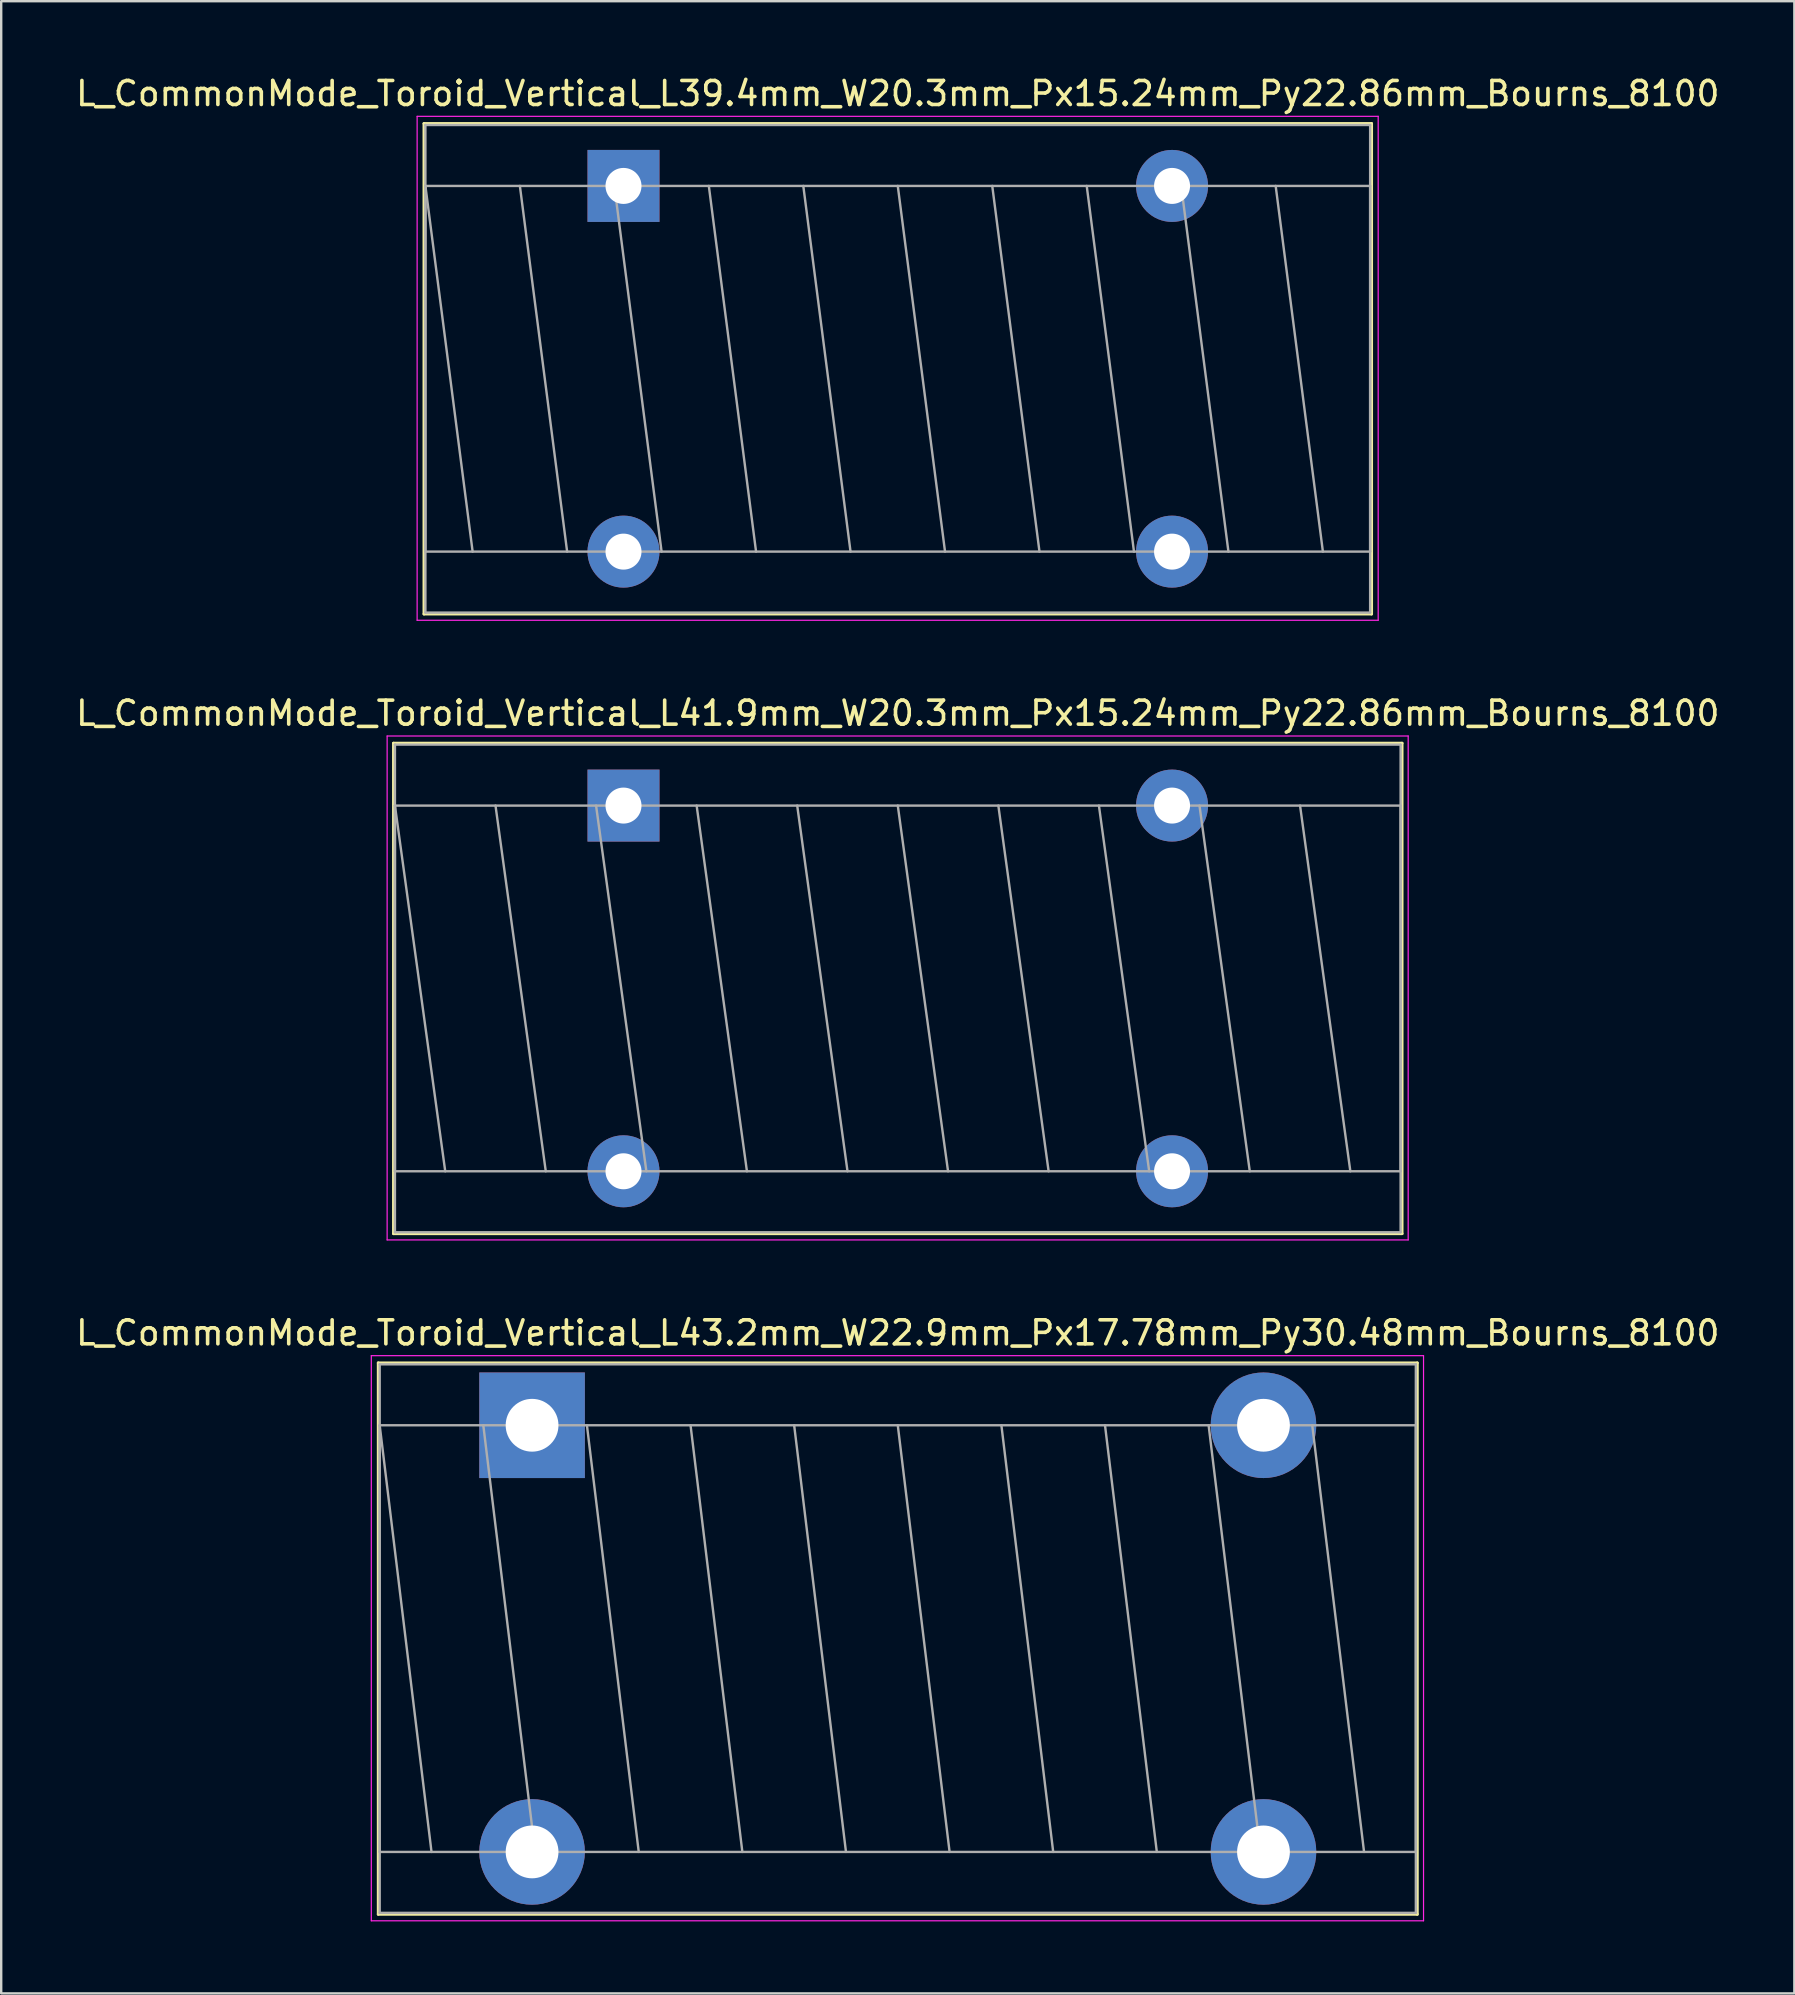
<source format=kicad_pcb>
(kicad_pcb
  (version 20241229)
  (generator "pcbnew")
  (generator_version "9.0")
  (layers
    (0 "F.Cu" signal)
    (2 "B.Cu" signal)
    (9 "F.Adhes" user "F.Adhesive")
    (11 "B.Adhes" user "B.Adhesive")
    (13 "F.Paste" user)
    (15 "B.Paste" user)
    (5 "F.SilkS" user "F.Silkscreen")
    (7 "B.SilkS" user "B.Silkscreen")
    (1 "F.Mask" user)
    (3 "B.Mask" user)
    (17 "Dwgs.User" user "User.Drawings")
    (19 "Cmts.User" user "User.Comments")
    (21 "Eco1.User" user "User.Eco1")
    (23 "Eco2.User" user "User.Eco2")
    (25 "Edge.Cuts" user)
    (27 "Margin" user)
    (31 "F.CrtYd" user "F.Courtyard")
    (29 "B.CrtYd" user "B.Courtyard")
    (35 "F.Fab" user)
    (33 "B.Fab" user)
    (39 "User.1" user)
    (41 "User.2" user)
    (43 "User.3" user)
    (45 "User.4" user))
  (footprint "L_CommonMode_Toroid_Vertical_L41.9mm_W20.3mm_Px15.24mm_Py22.86mm_Bourns_8100"
    (layer "F.Cu")
    (at 22.933 30.521)
    (property "Reference" "L_CommonMode_Toroid_Vertical_L41.9mm_W20.3mm_Px15.24mm_Py22.86mm_Bourns_8100" (at 11.43 -3.85 0) (layer "F.SilkS") (effects (font (size 1 1) (thickness 0.15))))
    (attr through_hole)
    (fp_line (start -9.585 -2.6) (end -9.585 17.84) (stroke (width 0.12) (type solid)) (layer "F.SilkS"))
    (fp_line (start -9.585 -2.6) (end 32.445 -2.6) (stroke (width 0.12) (type solid)) (layer "F.SilkS"))
    (fp_line (start -9.585 17.84) (end 32.445 17.84) (stroke (width 0.12) (type solid)) (layer "F.SilkS"))
    (fp_line (start 32.445 -2.6) (end 32.445 17.84) (stroke (width 0.12) (type solid)) (layer "F.SilkS"))
    (fp_line (start -9.85 -2.9) (end -9.85 18.1) (stroke (width 0.05) (type solid)) (layer "F.CrtYd"))
    (fp_line (start -9.85 18.1) (end 32.7 18.1) (stroke (width 0.05) (type solid)) (layer "F.CrtYd"))
    (fp_line (start 32.7 -2.9) (end -9.85 -2.9) (stroke (width 0.05) (type solid)) (layer "F.CrtYd"))
    (fp_line (start 32.7 18.1) (end 32.7 -2.9) (stroke (width 0.05) (type solid)) (layer "F.CrtYd"))
    (fp_line (start -9.525 -2.54) (end -9.525 17.78) (stroke (width 0.1) (type solid)) (layer "F.Fab"))
    (fp_line (start -9.525 0) (end -9.525 15.24) (stroke (width 0.1) (type solid)) (layer "F.Fab"))
    (fp_line (start -9.525 0) (end -7.429 15.24) (stroke (width 0.1) (type solid)) (layer "F.Fab"))
    (fp_line (start -9.525 15.24) (end 32.385 15.24) (stroke (width 0.1) (type solid)) (layer "F.Fab"))
    (fp_line (start -9.525 17.78) (end 32.385 17.78) (stroke (width 0.1) (type solid)) (layer "F.Fab"))
    (fp_line (start -5.334 0) (end -3.239 15.24) (stroke (width 0.1) (type solid)) (layer "F.Fab"))
    (fp_line (start -1.143 0) (end 0.953 15.24) (stroke (width 0.1) (type solid)) (layer "F.Fab"))
    (fp_line (start 3.048 0) (end 5.144 15.24) (stroke (width 0.1) (type solid)) (layer "F.Fab"))
    (fp_line (start 7.239 0) (end 9.335 15.24) (stroke (width 0.1) (type solid)) (layer "F.Fab"))
    (fp_line (start 11.43 0) (end 13.525 15.24) (stroke (width 0.1) (type solid)) (layer "F.Fab"))
    (fp_line (start 15.621 0) (end 17.716 15.24) (stroke (width 0.1) (type solid)) (layer "F.Fab"))
    (fp_line (start 19.812 0) (end 21.907 15.24) (stroke (width 0.1) (type solid)) (layer "F.Fab"))
    (fp_line (start 24.003 0) (end 26.099 15.24) (stroke (width 0.1) (type solid)) (layer "F.Fab"))
    (fp_line (start 28.194 0) (end 30.29 15.24) (stroke (width 0.1) (type solid)) (layer "F.Fab"))
    (fp_line (start 32.385 -2.54) (end -9.525 -2.54) (stroke (width 0.1) (type solid)) (layer "F.Fab"))
    (fp_line (start 32.385 0) (end -9.525 0) (stroke (width 0.1) (type solid)) (layer "F.Fab"))
    (fp_line (start 32.385 15.24) (end 32.385 0) (stroke (width 0.1) (type solid)) (layer "F.Fab"))
    (fp_line (start 32.385 17.78) (end 32.385 -2.54) (stroke (width 0.1) (type solid)) (layer "F.Fab"))
    (pad "1" thru_hole rect (at 0 0) (size 3 3) (drill 1.5) (layers "*.Cu" "*.Mask"))
    (pad "2" thru_hole circle (at 0 15.24) (size 3 3) (drill 1.5) (layers "*.Cu" "*.Mask"))
    (pad "3" thru_hole circle (at 22.86 15.24) (size 3 3) (drill 1.5) (layers "*.Cu" "*.Mask"))
    (pad "4" thru_hole circle (at 22.86 0) (size 3 3) (drill 1.5) (layers "*.Cu" "*.Mask")))
  (footprint "L_CommonMode_Toroid_Vertical_L43.2mm_W22.9mm_Px17.78mm_Py30.48mm_Bourns_8100"
    (layer "F.Cu")
    (at 19.123 56.345)
    (property "Reference" "L_CommonMode_Toroid_Vertical_L43.2mm_W22.9mm_Px17.78mm_Py30.48mm_Bourns_8100" (at 15.24 -3.85 0) (layer "F.SilkS") (effects (font (size 1 1) (thickness 0.15))))
    (attr through_hole)
    (fp_line (start -6.41 -2.6) (end -6.41 20.38) (stroke (width 0.12) (type solid)) (layer "F.SilkS"))
    (fp_line (start -6.41 -2.6) (end 36.89 -2.6) (stroke (width 0.12) (type solid)) (layer "F.SilkS"))
    (fp_line (start -6.41 20.38) (end 36.89 20.38) (stroke (width 0.12) (type solid)) (layer "F.SilkS"))
    (fp_line (start 36.89 -2.6) (end 36.89 20.38) (stroke (width 0.12) (type solid)) (layer "F.SilkS"))
    (fp_line (start -6.7 -2.9) (end -6.7 20.65) (stroke (width 0.05) (type solid)) (layer "F.CrtYd"))
    (fp_line (start -6.7 20.65) (end 37.15 20.65) (stroke (width 0.05) (type solid)) (layer "F.CrtYd"))
    (fp_line (start 37.15 -2.9) (end -6.7 -2.9) (stroke (width 0.05) (type solid)) (layer "F.CrtYd"))
    (fp_line (start 37.15 20.65) (end 37.15 -2.9) (stroke (width 0.05) (type solid)) (layer "F.CrtYd"))
    (fp_line (start -6.35 -2.54) (end -6.35 20.32) (stroke (width 0.1) (type solid)) (layer "F.Fab"))
    (fp_line (start -6.35 0) (end -6.35 17.78) (stroke (width 0.1) (type solid)) (layer "F.Fab"))
    (fp_line (start -6.35 0) (end -4.191 17.78) (stroke (width 0.1) (type solid)) (layer "F.Fab"))
    (fp_line (start -6.35 17.78) (end 36.83 17.78) (stroke (width 0.1) (type solid)) (layer "F.Fab"))
    (fp_line (start -6.35 20.32) (end 36.83 20.32) (stroke (width 0.1) (type solid)) (layer "F.Fab"))
    (fp_line (start -2.032 0) (end 0.127 17.78) (stroke (width 0.1) (type solid)) (layer "F.Fab"))
    (fp_line (start 2.286 0) (end 4.445 17.78) (stroke (width 0.1) (type solid)) (layer "F.Fab"))
    (fp_line (start 6.604 0) (end 8.763 17.78) (stroke (width 0.1) (type solid)) (layer "F.Fab"))
    (fp_line (start 10.922 0) (end 13.081 17.78) (stroke (width 0.1) (type solid)) (layer "F.Fab"))
    (fp_line (start 15.24 0) (end 17.399 17.78) (stroke (width 0.1) (type solid)) (layer "F.Fab"))
    (fp_line (start 19.558 0) (end 21.717 17.78) (stroke (width 0.1) (type solid)) (layer "F.Fab"))
    (fp_line (start 23.876 0) (end 26.035 17.78) (stroke (width 0.1) (type solid)) (layer "F.Fab"))
    (fp_line (start 28.194 0) (end 30.353 17.78) (stroke (width 0.1) (type solid)) (layer "F.Fab"))
    (fp_line (start 32.512 0) (end 34.671 17.78) (stroke (width 0.1) (type solid)) (layer "F.Fab"))
    (fp_line (start 36.83 -2.54) (end -6.35 -2.54) (stroke (width 0.1) (type solid)) (layer "F.Fab"))
    (fp_line (start 36.83 0) (end -6.35 0) (stroke (width 0.1) (type solid)) (layer "F.Fab"))
    (fp_line (start 36.83 17.78) (end 36.83 0) (stroke (width 0.1) (type solid)) (layer "F.Fab"))
    (fp_line (start 36.83 20.32) (end 36.83 -2.54) (stroke (width 0.1) (type solid)) (layer "F.Fab"))
    (pad "1" thru_hole rect (at 0 0) (size 4.4 4.4) (drill 2.2) (layers "*.Cu" "*.Mask"))
    (pad "2" thru_hole circle (at 0 17.78) (size 4.4 4.4) (drill 2.2) (layers "*.Cu" "*.Mask"))
    (pad "3" thru_hole circle (at 30.48 17.78) (size 4.4 4.4) (drill 2.2) (layers "*.Cu" "*.Mask"))
    (pad "4" thru_hole circle (at 30.48 0) (size 4.4 4.4) (drill 2.2) (layers "*.Cu" "*.Mask")))
  (footprint "L_CommonMode_Toroid_Vertical_L39.4mm_W20.3mm_Px15.24mm_Py22.86mm_Bourns_8100"
    (layer "F.Cu")
    (at 22.933 4.698)
    (property "Reference" "L_CommonMode_Toroid_Vertical_L39.4mm_W20.3mm_Px15.24mm_Py22.86mm_Bourns_8100" (at 11.43 -3.85 0) (layer "F.SilkS") (effects (font (size 1 1) (thickness 0.15))))
    (attr through_hole)
    (fp_line (start -8.315 -2.6) (end -8.315 17.84) (stroke (width 0.12) (type solid)) (layer "F.SilkS"))
    (fp_line (start -8.315 -2.6) (end 31.175 -2.6) (stroke (width 0.12) (type solid)) (layer "F.SilkS"))
    (fp_line (start -8.315 17.84) (end 31.175 17.84) (stroke (width 0.12) (type solid)) (layer "F.SilkS"))
    (fp_line (start 31.175 -2.6) (end 31.175 17.84) (stroke (width 0.12) (type solid)) (layer "F.SilkS"))
    (fp_line (start -8.6 -2.9) (end -8.6 18.1) (stroke (width 0.05) (type solid)) (layer "F.CrtYd"))
    (fp_line (start -8.6 18.1) (end 31.45 18.1) (stroke (width 0.05) (type solid)) (layer "F.CrtYd"))
    (fp_line (start 31.45 -2.9) (end -8.6 -2.9) (stroke (width 0.05) (type solid)) (layer "F.CrtYd"))
    (fp_line (start 31.45 18.1) (end 31.45 -2.9) (stroke (width 0.05) (type solid)) (layer "F.CrtYd"))
    (fp_line (start -8.255 -2.54) (end -8.255 17.78) (stroke (width 0.1) (type solid)) (layer "F.Fab"))
    (fp_line (start -8.255 0) (end -8.255 15.24) (stroke (width 0.1) (type solid)) (layer "F.Fab"))
    (fp_line (start -8.255 0) (end -6.287 15.24) (stroke (width 0.1) (type solid)) (layer "F.Fab"))
    (fp_line (start -8.255 15.24) (end 31.115 15.24) (stroke (width 0.1) (type solid)) (layer "F.Fab"))
    (fp_line (start -8.255 17.78) (end 31.115 17.78) (stroke (width 0.1) (type solid)) (layer "F.Fab"))
    (fp_line (start -4.318 0) (end -2.349 15.24) (stroke (width 0.1) (type solid)) (layer "F.Fab"))
    (fp_line (start -0.381 0) (end 1.587 15.24) (stroke (width 0.1) (type solid)) (layer "F.Fab"))
    (fp_line (start 3.556 0) (end 5.524 15.24) (stroke (width 0.1) (type solid)) (layer "F.Fab"))
    (fp_line (start 7.493 0) (end 9.461 15.24) (stroke (width 0.1) (type solid)) (layer "F.Fab"))
    (fp_line (start 11.43 0) (end 13.399 15.24) (stroke (width 0.1) (type solid)) (layer "F.Fab"))
    (fp_line (start 15.367 0) (end 17.335 15.24) (stroke (width 0.1) (type solid)) (layer "F.Fab"))
    (fp_line (start 19.304 0) (end 21.273 15.24) (stroke (width 0.1) (type solid)) (layer "F.Fab"))
    (fp_line (start 23.241 0) (end 25.209 15.24) (stroke (width 0.1) (type solid)) (layer "F.Fab"))
    (fp_line (start 27.178 0) (end 29.146 15.24) (stroke (width 0.1) (type solid)) (layer "F.Fab"))
    (fp_line (start 31.115 -2.54) (end -8.255 -2.54) (stroke (width 0.1) (type solid)) (layer "F.Fab"))
    (fp_line (start 31.115 0) (end -8.255 0) (stroke (width 0.1) (type solid)) (layer "F.Fab"))
    (fp_line (start 31.115 15.24) (end 31.115 0) (stroke (width 0.1) (type solid)) (layer "F.Fab"))
    (fp_line (start 31.115 17.78) (end 31.115 -2.54) (stroke (width 0.1) (type solid)) (layer "F.Fab"))
    (pad "1" thru_hole rect (at 0 0) (size 3 3) (drill 1.5) (layers "*.Cu" "*.Mask"))
    (pad "2" thru_hole circle (at 0 15.24) (size 3 3) (drill 1.5) (layers "*.Cu" "*.Mask"))
    (pad "3" thru_hole circle (at 22.86 15.24) (size 3 3) (drill 1.5) (layers "*.Cu" "*.Mask"))
    (pad "4" thru_hole circle (at 22.86 0) (size 3 3) (drill 1.5) (layers "*.Cu" "*.Mask")))
  (gr_rect
    (start -3 -3)
    (end 71.726 80.02)
    (stroke (width 0.1) (type default))
    (fill no)
    (layer "Edge.Cuts")))
</source>
